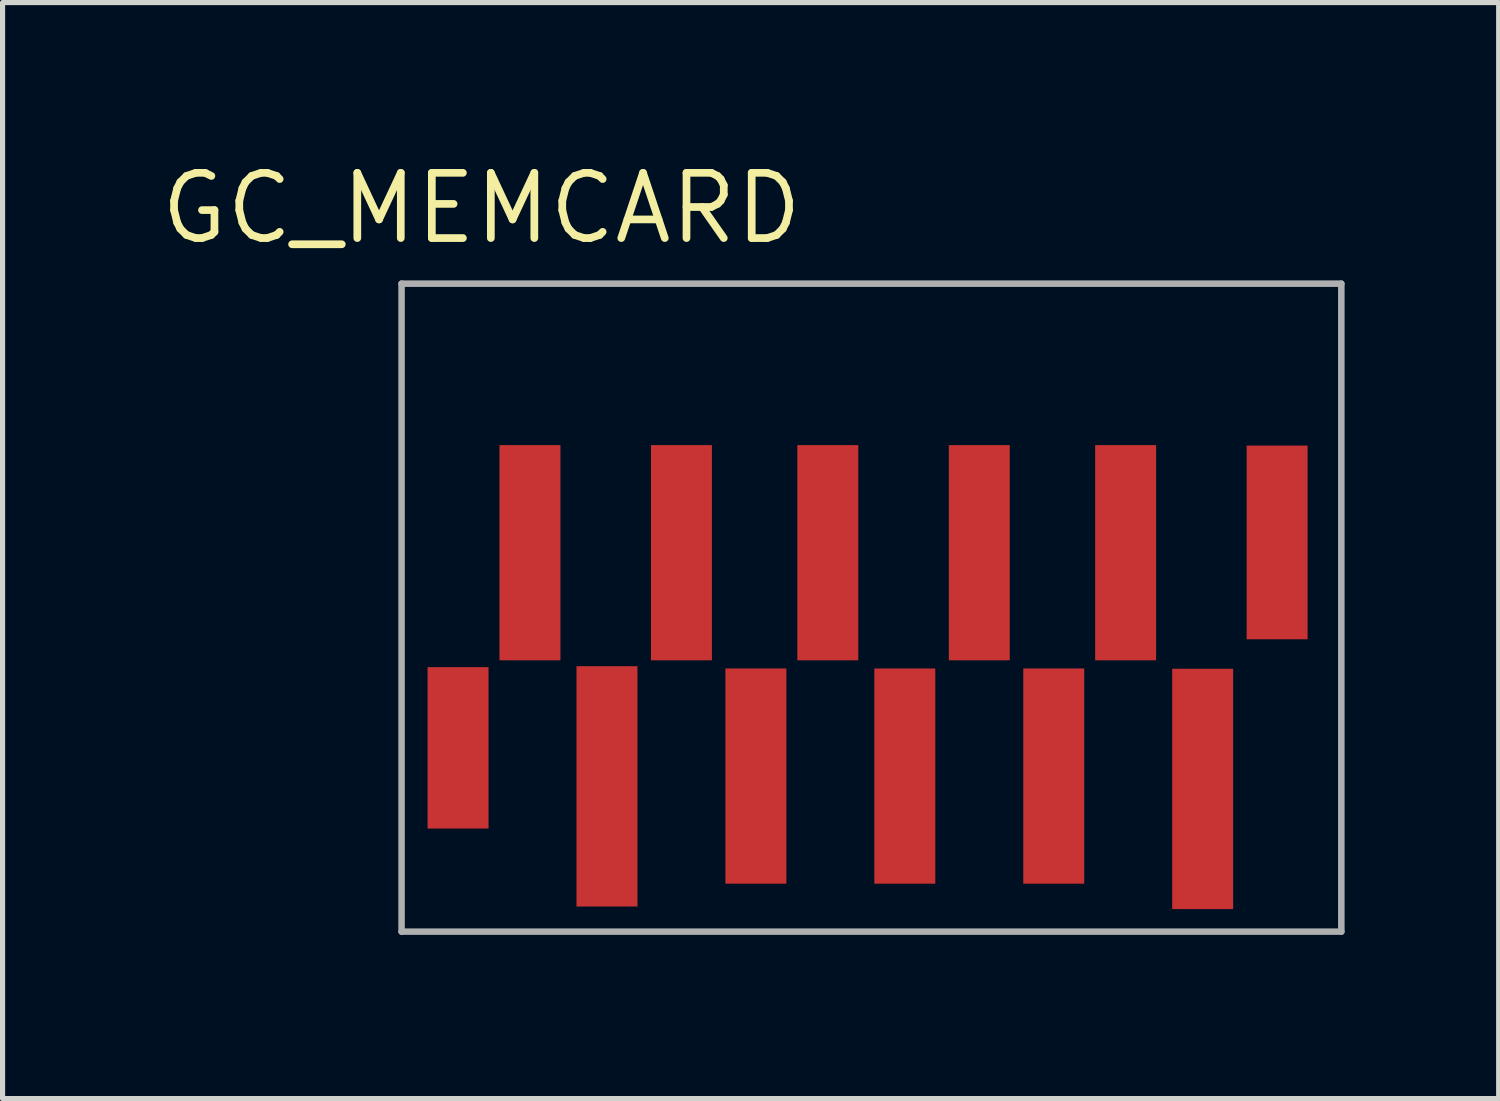
<source format=kicad_pcb>
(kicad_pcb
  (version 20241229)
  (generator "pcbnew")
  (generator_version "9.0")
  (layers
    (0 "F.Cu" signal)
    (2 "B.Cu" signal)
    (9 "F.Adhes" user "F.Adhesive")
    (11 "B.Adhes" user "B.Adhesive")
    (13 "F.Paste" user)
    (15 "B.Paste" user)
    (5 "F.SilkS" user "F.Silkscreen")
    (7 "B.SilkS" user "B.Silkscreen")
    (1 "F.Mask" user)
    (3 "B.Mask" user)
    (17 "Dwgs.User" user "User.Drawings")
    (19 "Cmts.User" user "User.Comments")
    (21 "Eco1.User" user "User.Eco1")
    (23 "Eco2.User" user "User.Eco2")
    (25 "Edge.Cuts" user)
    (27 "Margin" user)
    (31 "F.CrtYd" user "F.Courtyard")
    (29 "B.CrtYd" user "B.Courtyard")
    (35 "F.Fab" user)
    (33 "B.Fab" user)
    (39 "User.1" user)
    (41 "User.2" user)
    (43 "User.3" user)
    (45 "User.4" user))
  (footprint "GC_MEMCARD"
    (layer "F.Cu")
    (at 4.77 15.093)
    (property "Reference" "GC_MEMCARD" (at 1.557 -14.087 0) (layer "F.SilkS") (effects (font (size 1.27 1.27) (thickness 0.15))))
    (fp_line (start 0 -12.619) (end 18.3 -12.619) (stroke (width 0.127) (type solid)) (layer "F.Fab"))
    (fp_line (start 0 -0.001) (end 0 -12.619) (stroke (width 0.127) (type solid)) (layer "F.Fab"))
    (fp_line (start 0 -0.001) (end 18.3 -0.001) (stroke (width 0.127) (type solid)) (layer "F.Fab"))
    (fp_line (start 18.3 -0.001) (end 18.3 -12.619) (stroke (width 0.127) (type solid)) (layer "F.Fab"))
    (pad "1" smd rect (at 17.05 -7.58) (size 1.187 3.772) (layers "F.Cu" "F.Mask" "F.Paste"))
    (pad "2" smd rect (at 15.6 -2.78) (size 1.187 4.68) (layers "F.Cu" "F.Mask" "F.Paste"))
    (pad "3" smd rect (at 14.1 -7.38) (size 1.187 4.191) (layers "F.Cu" "F.Mask" "F.Paste"))
    (pad "4" smd rect (at 12.7 -3.03) (size 1.187 4.191) (layers "F.Cu" "F.Mask" "F.Paste"))
    (pad "5" smd rect (at 11.25 -7.38) (size 1.187 4.191) (layers "F.Cu" "F.Mask" "F.Paste"))
    (pad "6" smd rect (at 9.8 -3.03) (size 1.187 4.191) (layers "F.Cu" "F.Mask" "F.Paste"))
    (pad "7" smd rect (at 8.3 -7.38) (size 1.187 4.191) (layers "F.Cu" "F.Mask" "F.Paste"))
    (pad "8" smd rect (at 6.9 -3.03) (size 1.187 4.191) (layers "F.Cu" "F.Mask" "F.Paste"))
    (pad "9" smd rect (at 5.45 -7.38) (size 1.187 4.191) (layers "F.Cu" "F.Mask" "F.Paste"))
    (pad "10" smd rect (at 4 -2.83) (size 1.187 4.68) (layers "F.Cu" "F.Mask" "F.Paste"))
    (pad "11" smd rect (at 2.5 -7.38) (size 1.187 4.191) (layers "F.Cu" "F.Mask" "F.Paste"))
    (pad "12" smd rect (at 1.1 -3.58) (size 1.187 3.143) (layers "F.Cu" "F.Mask" "F.Paste")))
  (gr_rect
    (start -3 -3)
    (end 26.134 18.343)
    (stroke (width 0.1) (type default))
    (fill no)
    (layer "Edge.Cuts")))
</source>
